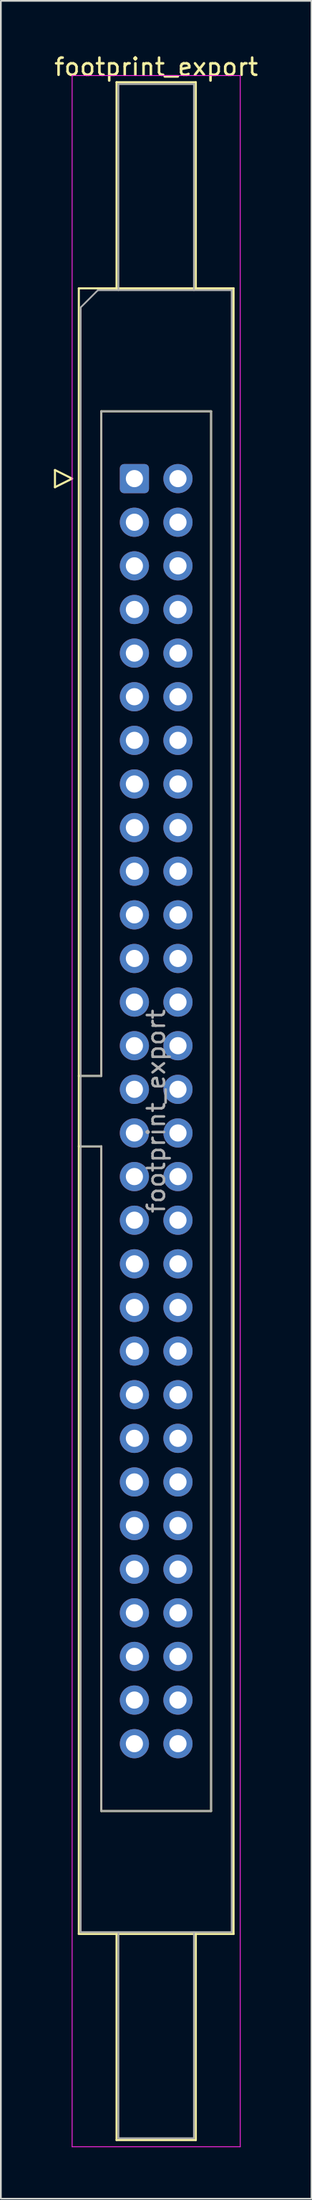
<source format=kicad_pcb>
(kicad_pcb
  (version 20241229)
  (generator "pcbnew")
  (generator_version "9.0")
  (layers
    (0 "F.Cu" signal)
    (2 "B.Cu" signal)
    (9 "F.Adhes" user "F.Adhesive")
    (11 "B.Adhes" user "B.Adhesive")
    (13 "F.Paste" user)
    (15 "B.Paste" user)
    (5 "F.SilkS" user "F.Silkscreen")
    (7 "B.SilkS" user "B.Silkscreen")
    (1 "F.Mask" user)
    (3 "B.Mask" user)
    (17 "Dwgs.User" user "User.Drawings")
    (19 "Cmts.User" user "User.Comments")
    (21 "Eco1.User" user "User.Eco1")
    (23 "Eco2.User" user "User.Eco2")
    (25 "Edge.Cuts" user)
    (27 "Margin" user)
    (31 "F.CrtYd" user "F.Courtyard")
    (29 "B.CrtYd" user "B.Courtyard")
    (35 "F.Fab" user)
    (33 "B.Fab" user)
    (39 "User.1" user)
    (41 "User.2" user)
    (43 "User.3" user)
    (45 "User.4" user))
  (footprint "footprint_export"
    (layer "F.Cu")
    (at 4.784 24.818)
    (property "Reference" "footprint_export" (at 1.27 -23.97 0) (layer "F.SilkS") (effects (font (size 1 1) (thickness 0.15))))
    (attr through_hole)
    (fp_line (start -4.63 -0.5) (end -4.63 0.5) (stroke (width 0.12) (type solid)) (layer "F.SilkS"))
    (fp_line (start -4.63 0.5) (end -3.63 0) (stroke (width 0.12) (type solid)) (layer "F.SilkS"))
    (fp_line (start -3.63 0) (end -4.63 -0.5) (stroke (width 0.12) (type solid)) (layer "F.SilkS"))
    (fp_line (start -3.24 -11.08) (end 5.78 -11.08) (stroke (width 0.12) (type solid)) (layer "F.SilkS"))
    (fp_line (start -3.24 34.78) (end -1.93 34.78) (stroke (width 0.12) (type solid)) (layer "F.SilkS"))
    (fp_line (start -3.24 84.74) (end -3.24 -11.08) (stroke (width 0.12) (type solid)) (layer "F.SilkS"))
    (fp_line (start -1.93 -3.92) (end 4.47 -3.92) (stroke (width 0.12) (type solid)) (layer "F.SilkS"))
    (fp_line (start -1.93 34.78) (end -1.93 -3.92) (stroke (width 0.12) (type solid)) (layer "F.SilkS"))
    (fp_line (start -1.93 38.88) (end -3.24 38.88) (stroke (width 0.12) (type solid)) (layer "F.SilkS"))
    (fp_line (start -1.93 38.88) (end -1.93 38.88) (stroke (width 0.12) (type solid)) (layer "F.SilkS"))
    (fp_line (start -1.93 77.58) (end -1.93 38.88) (stroke (width 0.12) (type solid)) (layer "F.SilkS"))
    (fp_line (start -1.04 -23.08) (end 3.58 -23.08) (stroke (width 0.12) (type solid)) (layer "F.SilkS"))
    (fp_line (start -1.04 -11.08) (end -1.04 -23.08) (stroke (width 0.12) (type solid)) (layer "F.SilkS"))
    (fp_line (start -1.04 84.74) (end -1.04 96.74) (stroke (width 0.12) (type solid)) (layer "F.SilkS"))
    (fp_line (start -1.04 96.74) (end 3.58 96.74) (stroke (width 0.12) (type solid)) (layer "F.SilkS"))
    (fp_line (start 3.58 -23.08) (end 3.58 -11.08) (stroke (width 0.12) (type solid)) (layer "F.SilkS"))
    (fp_line (start 3.58 96.74) (end 3.58 84.74) (stroke (width 0.12) (type solid)) (layer "F.SilkS"))
    (fp_line (start 4.47 -3.92) (end 4.47 77.58) (stroke (width 0.12) (type solid)) (layer "F.SilkS"))
    (fp_line (start 4.47 77.58) (end -1.93 77.58) (stroke (width 0.12) (type solid)) (layer "F.SilkS"))
    (fp_line (start 5.78 -11.08) (end 5.78 84.74) (stroke (width 0.12) (type solid)) (layer "F.SilkS"))
    (fp_line (start 5.78 84.74) (end -3.24 84.74) (stroke (width 0.12) (type solid)) (layer "F.SilkS"))
    (fp_line (start -3.63 -23.47) (end -3.63 97.13) (stroke (width 0.05) (type solid)) (layer "F.CrtYd"))
    (fp_line (start -3.63 97.13) (end 6.17 97.13) (stroke (width 0.05) (type solid)) (layer "F.CrtYd"))
    (fp_line (start 6.17 -23.47) (end -3.63 -23.47) (stroke (width 0.05) (type solid)) (layer "F.CrtYd"))
    (fp_line (start 6.17 97.13) (end 6.17 -23.47) (stroke (width 0.05) (type solid)) (layer "F.CrtYd"))
    (fp_line (start -3.13 -9.97) (end -2.13 -10.97) (stroke (width 0.1) (type solid)) (layer "F.Fab"))
    (fp_line (start -3.13 34.78) (end -1.93 34.78) (stroke (width 0.1) (type solid)) (layer "F.Fab"))
    (fp_line (start -3.13 84.63) (end -3.13 -9.97) (stroke (width 0.1) (type solid)) (layer "F.Fab"))
    (fp_line (start -2.13 -10.97) (end 5.67 -10.97) (stroke (width 0.1) (type solid)) (layer "F.Fab"))
    (fp_line (start -1.93 -3.92) (end 4.47 -3.92) (stroke (width 0.1) (type solid)) (layer "F.Fab"))
    (fp_line (start -1.93 34.78) (end -1.93 -3.92) (stroke (width 0.1) (type solid)) (layer "F.Fab"))
    (fp_line (start -1.93 38.88) (end -3.13 38.88) (stroke (width 0.1) (type solid)) (layer "F.Fab"))
    (fp_line (start -1.93 38.88) (end -1.93 38.88) (stroke (width 0.1) (type solid)) (layer "F.Fab"))
    (fp_line (start -1.93 77.58) (end -1.93 38.88) (stroke (width 0.1) (type solid)) (layer "F.Fab"))
    (fp_line (start -0.93 -22.97) (end 3.47 -22.97) (stroke (width 0.1) (type solid)) (layer "F.Fab"))
    (fp_line (start -0.93 -10.97) (end -0.93 -22.97) (stroke (width 0.1) (type solid)) (layer "F.Fab"))
    (fp_line (start -0.93 84.63) (end -0.93 96.63) (stroke (width 0.1) (type solid)) (layer "F.Fab"))
    (fp_line (start -0.93 96.63) (end 3.47 96.63) (stroke (width 0.1) (type solid)) (layer "F.Fab"))
    (fp_line (start 3.47 -22.97) (end 3.47 -10.97) (stroke (width 0.1) (type solid)) (layer "F.Fab"))
    (fp_line (start 3.47 96.63) (end 3.47 84.63) (stroke (width 0.1) (type solid)) (layer "F.Fab"))
    (fp_line (start 4.47 -3.92) (end 4.47 77.58) (stroke (width 0.1) (type solid)) (layer "F.Fab"))
    (fp_line (start 4.47 77.58) (end -1.93 77.58) (stroke (width 0.1) (type solid)) (layer "F.Fab"))
    (fp_line (start 5.67 -10.97) (end 5.67 84.63) (stroke (width 0.1) (type solid)) (layer "F.Fab"))
    (fp_line (start 5.67 84.63) (end -3.13 84.63) (stroke (width 0.1) (type solid)) (layer "F.Fab"))
    (fp_text user "${REFERENCE}" (at 1.27 36.83 90) (layer "F.Fab") (effects (font (size 1 1) (thickness 0.15))))
    (pad "1" thru_hole roundrect (at 0 0) (size 1.7 1.7) (drill 1) (layers "*.Cu" "*.Mask") (roundrect_rratio 0.147))
    (pad "2" thru_hole circle (at 2.54 0) (size 1.7 1.7) (drill 1) (layers "*.Cu" "*.Mask"))
    (pad "3" thru_hole circle (at 0 2.54) (size 1.7 1.7) (drill 1) (layers "*.Cu" "*.Mask"))
    (pad "4" thru_hole circle (at 2.54 2.54) (size 1.7 1.7) (drill 1) (layers "*.Cu" "*.Mask"))
    (pad "5" thru_hole circle (at 0 5.08) (size 1.7 1.7) (drill 1) (layers "*.Cu" "*.Mask"))
    (pad "6" thru_hole circle (at 2.54 5.08) (size 1.7 1.7) (drill 1) (layers "*.Cu" "*.Mask"))
    (pad "7" thru_hole circle (at 0 7.62) (size 1.7 1.7) (drill 1) (layers "*.Cu" "*.Mask"))
    (pad "8" thru_hole circle (at 2.54 7.62) (size 1.7 1.7) (drill 1) (layers "*.Cu" "*.Mask"))
    (pad "9" thru_hole circle (at 0 10.16) (size 1.7 1.7) (drill 1) (layers "*.Cu" "*.Mask"))
    (pad "10" thru_hole circle (at 2.54 10.16) (size 1.7 1.7) (drill 1) (layers "*.Cu" "*.Mask"))
    (pad "11" thru_hole circle (at 0 12.7) (size 1.7 1.7) (drill 1) (layers "*.Cu" "*.Mask"))
    (pad "12" thru_hole circle (at 2.54 12.7) (size 1.7 1.7) (drill 1) (layers "*.Cu" "*.Mask"))
    (pad "13" thru_hole circle (at 0 15.24) (size 1.7 1.7) (drill 1) (layers "*.Cu" "*.Mask"))
    (pad "14" thru_hole circle (at 2.54 15.24) (size 1.7 1.7) (drill 1) (layers "*.Cu" "*.Mask"))
    (pad "15" thru_hole circle (at 0 17.78) (size 1.7 1.7) (drill 1) (layers "*.Cu" "*.Mask"))
    (pad "16" thru_hole circle (at 2.54 17.78) (size 1.7 1.7) (drill 1) (layers "*.Cu" "*.Mask"))
    (pad "17" thru_hole circle (at 0 20.32) (size 1.7 1.7) (drill 1) (layers "*.Cu" "*.Mask"))
    (pad "18" thru_hole circle (at 2.54 20.32) (size 1.7 1.7) (drill 1) (layers "*.Cu" "*.Mask"))
    (pad "19" thru_hole circle (at 0 22.86) (size 1.7 1.7) (drill 1) (layers "*.Cu" "*.Mask"))
    (pad "20" thru_hole circle (at 2.54 22.86) (size 1.7 1.7) (drill 1) (layers "*.Cu" "*.Mask"))
    (pad "21" thru_hole circle (at 0 25.4) (size 1.7 1.7) (drill 1) (layers "*.Cu" "*.Mask"))
    (pad "22" thru_hole circle (at 2.54 25.4) (size 1.7 1.7) (drill 1) (layers "*.Cu" "*.Mask"))
    (pad "23" thru_hole circle (at 0 27.94) (size 1.7 1.7) (drill 1) (layers "*.Cu" "*.Mask"))
    (pad "24" thru_hole circle (at 2.54 27.94) (size 1.7 1.7) (drill 1) (layers "*.Cu" "*.Mask"))
    (pad "25" thru_hole circle (at 0 30.48) (size 1.7 1.7) (drill 1) (layers "*.Cu" "*.Mask"))
    (pad "26" thru_hole circle (at 2.54 30.48) (size 1.7 1.7) (drill 1) (layers "*.Cu" "*.Mask"))
    (pad "27" thru_hole circle (at 0 33.02) (size 1.7 1.7) (drill 1) (layers "*.Cu" "*.Mask"))
    (pad "28" thru_hole circle (at 2.54 33.02) (size 1.7 1.7) (drill 1) (layers "*.Cu" "*.Mask"))
    (pad "29" thru_hole circle (at 0 35.56) (size 1.7 1.7) (drill 1) (layers "*.Cu" "*.Mask"))
    (pad "30" thru_hole circle (at 2.54 35.56) (size 1.7 1.7) (drill 1) (layers "*.Cu" "*.Mask"))
    (pad "31" thru_hole circle (at 0 38.1) (size 1.7 1.7) (drill 1) (layers "*.Cu" "*.Mask"))
    (pad "32" thru_hole circle (at 2.54 38.1) (size 1.7 1.7) (drill 1) (layers "*.Cu" "*.Mask"))
    (pad "33" thru_hole circle (at 0 40.64) (size 1.7 1.7) (drill 1) (layers "*.Cu" "*.Mask"))
    (pad "34" thru_hole circle (at 2.54 40.64) (size 1.7 1.7) (drill 1) (layers "*.Cu" "*.Mask"))
    (pad "35" thru_hole circle (at 0 43.18) (size 1.7 1.7) (drill 1) (layers "*.Cu" "*.Mask"))
    (pad "36" thru_hole circle (at 2.54 43.18) (size 1.7 1.7) (drill 1) (layers "*.Cu" "*.Mask"))
    (pad "37" thru_hole circle (at 0 45.72) (size 1.7 1.7) (drill 1) (layers "*.Cu" "*.Mask"))
    (pad "38" thru_hole circle (at 2.54 45.72) (size 1.7 1.7) (drill 1) (layers "*.Cu" "*.Mask"))
    (pad "39" thru_hole circle (at 0 48.26) (size 1.7 1.7) (drill 1) (layers "*.Cu" "*.Mask"))
    (pad "40" thru_hole circle (at 2.54 48.26) (size 1.7 1.7) (drill 1) (layers "*.Cu" "*.Mask"))
    (pad "41" thru_hole circle (at 0 50.8) (size 1.7 1.7) (drill 1) (layers "*.Cu" "*.Mask"))
    (pad "42" thru_hole circle (at 2.54 50.8) (size 1.7 1.7) (drill 1) (layers "*.Cu" "*.Mask"))
    (pad "43" thru_hole circle (at 0 53.34) (size 1.7 1.7) (drill 1) (layers "*.Cu" "*.Mask"))
    (pad "44" thru_hole circle (at 2.54 53.34) (size 1.7 1.7) (drill 1) (layers "*.Cu" "*.Mask"))
    (pad "45" thru_hole circle (at 0 55.88) (size 1.7 1.7) (drill 1) (layers "*.Cu" "*.Mask"))
    (pad "46" thru_hole circle (at 2.54 55.88) (size 1.7 1.7) (drill 1) (layers "*.Cu" "*.Mask"))
    (pad "47" thru_hole circle (at 0 58.42) (size 1.7 1.7) (drill 1) (layers "*.Cu" "*.Mask"))
    (pad "48" thru_hole circle (at 2.54 58.42) (size 1.7 1.7) (drill 1) (layers "*.Cu" "*.Mask"))
    (pad "49" thru_hole circle (at 0 60.96) (size 1.7 1.7) (drill 1) (layers "*.Cu" "*.Mask"))
    (pad "50" thru_hole circle (at 2.54 60.96) (size 1.7 1.7) (drill 1) (layers "*.Cu" "*.Mask"))
    (pad "51" thru_hole circle (at 0 63.5) (size 1.7 1.7) (drill 1) (layers "*.Cu" "*.Mask"))
    (pad "52" thru_hole circle (at 2.54 63.5) (size 1.7 1.7) (drill 1) (layers "*.Cu" "*.Mask"))
    (pad "53" thru_hole circle (at 0 66.04) (size 1.7 1.7) (drill 1) (layers "*.Cu" "*.Mask"))
    (pad "54" thru_hole circle (at 2.54 66.04) (size 1.7 1.7) (drill 1) (layers "*.Cu" "*.Mask"))
    (pad "55" thru_hole circle (at 0 68.58) (size 1.7 1.7) (drill 1) (layers "*.Cu" "*.Mask"))
    (pad "56" thru_hole circle (at 2.54 68.58) (size 1.7 1.7) (drill 1) (layers "*.Cu" "*.Mask"))
    (pad "57" thru_hole circle (at 0 71.12) (size 1.7 1.7) (drill 1) (layers "*.Cu" "*.Mask"))
    (pad "58" thru_hole circle (at 2.54 71.12) (size 1.7 1.7) (drill 1) (layers "*.Cu" "*.Mask"))
    (pad "59" thru_hole circle (at 0 73.66) (size 1.7 1.7) (drill 1) (layers "*.Cu" "*.Mask"))
    (pad "60" thru_hole circle (at 2.54 73.66) (size 1.7 1.7) (drill 1) (layers "*.Cu" "*.Mask")))
  (gr_rect
    (start -3 -3)
    (end 15.107 124.973)
    (stroke (width 0.1) (type default))
    (fill no)
    (layer "Edge.Cuts")))
</source>
